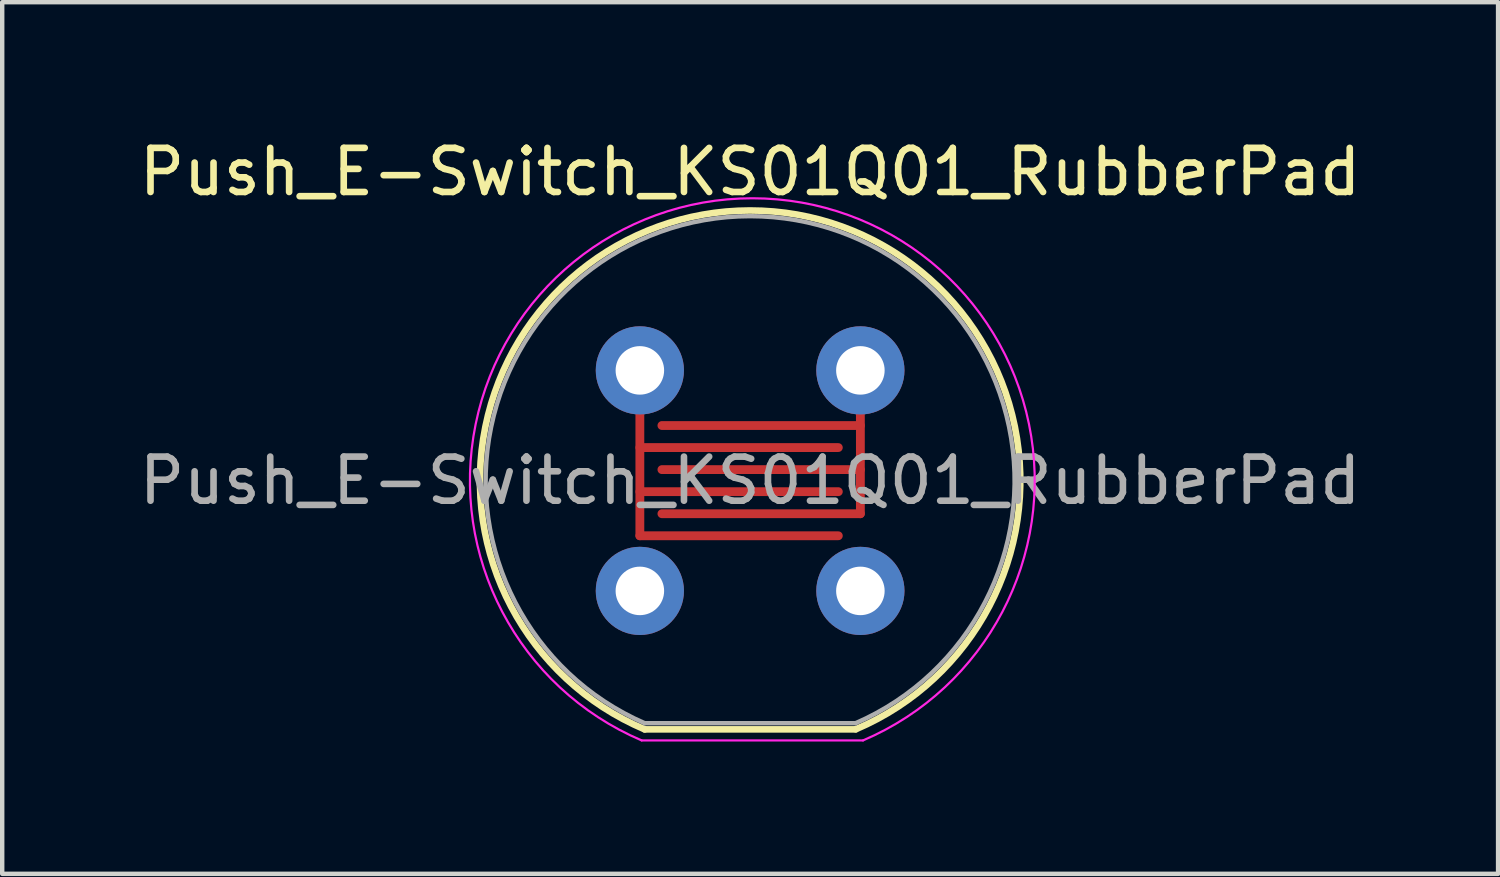
<source format=kicad_pcb>
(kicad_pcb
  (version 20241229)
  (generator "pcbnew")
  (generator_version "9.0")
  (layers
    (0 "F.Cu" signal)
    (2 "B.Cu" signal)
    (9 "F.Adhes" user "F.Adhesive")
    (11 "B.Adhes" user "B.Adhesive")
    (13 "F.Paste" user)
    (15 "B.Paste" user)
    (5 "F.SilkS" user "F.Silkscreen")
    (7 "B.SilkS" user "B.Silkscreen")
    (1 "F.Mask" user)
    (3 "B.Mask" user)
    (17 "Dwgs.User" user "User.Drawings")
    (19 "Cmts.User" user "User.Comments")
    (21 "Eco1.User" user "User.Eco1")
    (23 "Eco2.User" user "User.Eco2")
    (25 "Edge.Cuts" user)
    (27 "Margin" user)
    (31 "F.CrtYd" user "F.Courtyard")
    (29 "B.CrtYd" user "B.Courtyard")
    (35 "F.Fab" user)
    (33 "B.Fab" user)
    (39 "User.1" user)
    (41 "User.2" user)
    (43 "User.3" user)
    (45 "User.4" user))
  (footprint "Push_E-Switch_KS01Q01_RubberPad"
    (layer "F.Cu")
    (at 11.458 5.348)
    (property "Reference" "Push_E-Switch_KS01Q01_RubberPad" (at 2.5 -4.5 0) (layer "F.SilkS") (effects (font (size 1 1) (thickness 0.15))))
    (attr through_hole)
    (fp_line (start 0 0.75) (end 0 3.75) (stroke (width 0.2) (type solid)) (layer "F.Cu"))
    (fp_line (start 0 1.75) (end 4.5 1.75) (stroke (width 0.2) (type solid)) (layer "F.Cu"))
    (fp_line (start 0 2.75) (end 4.5 2.75) (stroke (width 0.2) (type solid)) (layer "F.Cu"))
    (fp_line (start 0 3.75) (end 4.5 3.75) (stroke (width 0.2) (type solid)) (layer "F.Cu"))
    (fp_line (start 5 0.75) (end 5 3.25) (stroke (width 0.2) (type solid)) (layer "F.Cu"))
    (fp_line (start 5 1.25) (end 0.5 1.25) (stroke (width 0.2) (type solid)) (layer "F.Cu"))
    (fp_line (start 5 2.25) (end 0.5 2.25) (stroke (width 0.2) (type solid)) (layer "F.Cu"))
    (fp_line (start 5 3.25) (end 0.5 3.25) (stroke (width 0.2) (type solid)) (layer "F.Cu"))
    (fp_poly (pts (xy 0.25 1) (xy 4.75 1) (xy 4.75 4) (xy 0.25 4)) (stroke (width 0.15) (type solid)) (fill yes) (layer "F.Mask"))
    (fp_line (start 4.89 8.14) (end 0.11 8.14) (stroke (width 0.15) (type solid)) (layer "F.SilkS"))
    (fp_arc (start 0.11 8.14) (mid 2.496283 -3.625495) (end 4.896843 8.137095) (stroke (width 0.15) (type solid)) (layer "F.SilkS"))
    (fp_line (start 0.04 8.39) (end 5.06 8.39) (stroke (width 0.05) (type solid)) (layer "F.CrtYd"))
    (fp_arc (start 0.04 8.39) (mid 2.55 -3.902515) (end 5.06 8.39) (stroke (width 0.05) (type solid)) (layer "F.CrtYd"))
    (fp_line (start 0.11 8) (end 4.89 8) (stroke (width 0.1) (type solid)) (layer "F.Fab"))
    (fp_arc (start 0.11 8) (mid 2.498654 -3.496841) (end 4.892469 7.998926) (stroke (width 0.1) (type solid)) (layer "F.Fab"))
    (fp_text user "${REFERENCE}" (at 2.5 2.5 0) (layer "F.Fab") (effects (font (size 1 1) (thickness 0.15))))
    (pad "1" thru_hole circle (at 0 0) (size 2 2) (drill 1.1) (layers "*.Cu" "*.Mask"))
    (pad "2" thru_hole circle (at 5 0) (size 2 2) (drill 1.1) (layers "*.Cu" "*.Mask"))
    (pad "3" thru_hole circle (at 0 5) (size 2 2) (drill 1.1) (layers "*.Cu" "*.Mask"))
    (pad "4" thru_hole circle (at 5 5) (size 2 2) (drill 1.1) (layers "*.Cu" "*.Mask")))
  (gr_rect
    (start -3 -3)
    (end 30.917 16.763)
    (stroke (width 0.1) (type default))
    (fill no)
    (layer "Edge.Cuts")))
</source>
